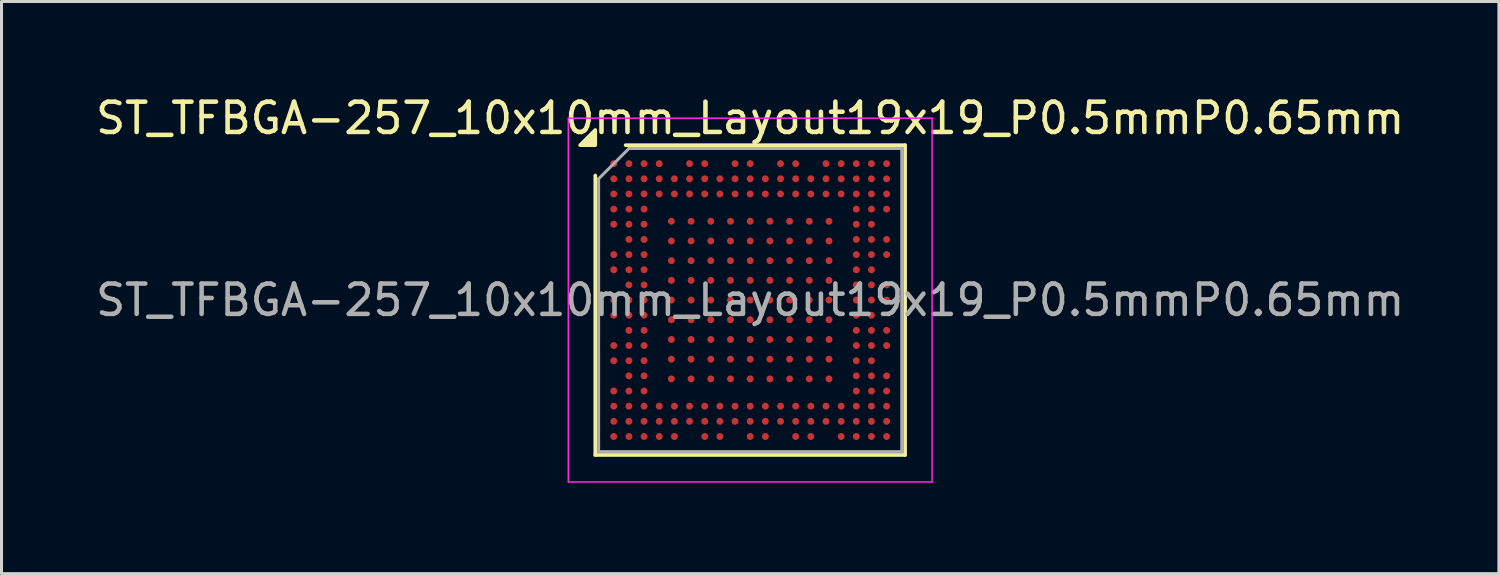
<source format=kicad_pcb>
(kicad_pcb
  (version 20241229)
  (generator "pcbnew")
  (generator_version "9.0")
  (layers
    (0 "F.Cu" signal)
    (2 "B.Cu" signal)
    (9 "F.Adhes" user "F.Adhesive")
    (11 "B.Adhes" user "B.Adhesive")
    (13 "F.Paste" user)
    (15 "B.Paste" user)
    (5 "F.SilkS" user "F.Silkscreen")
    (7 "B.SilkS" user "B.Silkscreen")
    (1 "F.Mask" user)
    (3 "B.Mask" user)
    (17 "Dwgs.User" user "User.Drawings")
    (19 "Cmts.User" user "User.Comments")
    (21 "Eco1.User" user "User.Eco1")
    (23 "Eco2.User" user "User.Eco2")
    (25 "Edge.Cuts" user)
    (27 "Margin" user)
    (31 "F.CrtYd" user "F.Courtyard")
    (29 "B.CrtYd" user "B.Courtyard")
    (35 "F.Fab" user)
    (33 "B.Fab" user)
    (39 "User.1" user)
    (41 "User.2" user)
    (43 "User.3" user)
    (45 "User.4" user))
  (footprint "ST_TFBGA-257_10x10mm_Layout19x19_P0.5mmP0.65mm"
    (layer "F.Cu")
    (at 21.696 6.848)
    (property "Reference" "ST_TFBGA-257_10x10mm_Layout19x19_P0.5mmP0.65mm" (at 0 -6 0) (layer "F.SilkS") (effects (font (size 1 1) (thickness 0.15))))
    (attr smd)
    (fp_line (start -5.11 5.11) (end -5.11 -4.11) (stroke (width 0.12) (type solid)) (layer "F.SilkS"))
    (fp_line (start -4.11 -5.11) (end 5.11 -5.11) (stroke (width 0.12) (type solid)) (layer "F.SilkS"))
    (fp_line (start 5.11 -5.11) (end 5.11 5.11) (stroke (width 0.12) (type solid)) (layer "F.SilkS"))
    (fp_line (start 5.11 5.11) (end -5.11 5.11) (stroke (width 0.12) (type solid)) (layer "F.SilkS"))
    (fp_poly (pts (xy -5.11 -5.11) (xy -5.61 -5.11) (xy -5.11 -5.61) (xy -5.11 -5.11)) (stroke (width 0.12) (type solid)) (fill yes) (layer "F.SilkS"))
    (fp_line (start -6 -6) (end -6 6) (stroke (width 0.05) (type solid)) (layer "F.CrtYd"))
    (fp_line (start -6 6) (end 6 6) (stroke (width 0.05) (type solid)) (layer "F.CrtYd"))
    (fp_line (start 6 -6) (end -6 -6) (stroke (width 0.05) (type solid)) (layer "F.CrtYd"))
    (fp_line (start 6 6) (end 6 -6) (stroke (width 0.05) (type solid)) (layer "F.CrtYd"))
    (fp_line (start -5 -4) (end -4 -5) (stroke (width 0.1) (type solid)) (layer "F.Fab"))
    (fp_line (start -5 5) (end -5 -4) (stroke (width 0.1) (type solid)) (layer "F.Fab"))
    (fp_line (start -4 -5) (end 5 -5) (stroke (width 0.1) (type solid)) (layer "F.Fab"))
    (fp_line (start 5 -5) (end 5 5) (stroke (width 0.1) (type solid)) (layer "F.Fab"))
    (fp_line (start 5 5) (end -5 5) (stroke (width 0.1) (type solid)) (layer "F.Fab"))
    (fp_text user "${REFERENCE}" (at 0 0 0) (layer "F.Fab") (effects (font (size 1 1) (thickness 0.15))))
    (pad "1A1" smd circle (at -2.6 -2.6) (size 0.23 0.23) (property pad_prop_bga) (layers "F.Cu" "F.Mask" "F.Paste"))
    (pad "1A2" smd circle (at -1.95 -2.6) (size 0.23 0.23) (property pad_prop_bga) (layers "F.Cu" "F.Mask" "F.Paste"))
    (pad "1A3" smd circle (at -1.3 -2.6) (size 0.23 0.23) (property pad_prop_bga) (layers "F.Cu" "F.Mask" "F.Paste"))
    (pad "1A4" smd circle (at -0.65 -2.6) (size 0.23 0.23) (property pad_prop_bga) (layers "F.Cu" "F.Mask" "F.Paste"))
    (pad "1A5" smd circle (at 0 -2.6) (size 0.23 0.23) (property pad_prop_bga) (layers "F.Cu" "F.Mask" "F.Paste"))
    (pad "1A6" smd circle (at 0.65 -2.6) (size 0.23 0.23) (property pad_prop_bga) (layers "F.Cu" "F.Mask" "F.Paste"))
    (pad "1A7" smd circle (at 1.3 -2.6) (size 0.23 0.23) (property pad_prop_bga) (layers "F.Cu" "F.Mask" "F.Paste"))
    (pad "1A8" smd circle (at 1.95 -2.6) (size 0.23 0.23) (property pad_prop_bga) (layers "F.Cu" "F.Mask" "F.Paste"))
    (pad "1A9" smd circle (at 2.6 -2.6) (size 0.23 0.23) (property pad_prop_bga) (layers "F.Cu" "F.Mask" "F.Paste"))
    (pad "1B1" smd circle (at -2.6 -1.95) (size 0.23 0.23) (property pad_prop_bga) (layers "F.Cu" "F.Mask" "F.Paste"))
    (pad "1B2" smd circle (at -1.95 -1.95) (size 0.23 0.23) (property pad_prop_bga) (layers "F.Cu" "F.Mask" "F.Paste"))
    (pad "1B3" smd circle (at -1.3 -1.95) (size 0.23 0.23) (property pad_prop_bga) (layers "F.Cu" "F.Mask" "F.Paste"))
    (pad "1B4" smd circle (at -0.65 -1.95) (size 0.23 0.23) (property pad_prop_bga) (layers "F.Cu" "F.Mask" "F.Paste"))
    (pad "1B5" smd circle (at 0 -1.95) (size 0.23 0.23) (property pad_prop_bga) (layers "F.Cu" "F.Mask" "F.Paste"))
    (pad "1B6" smd circle (at 0.65 -1.95) (size 0.23 0.23) (property pad_prop_bga) (layers "F.Cu" "F.Mask" "F.Paste"))
    (pad "1B7" smd circle (at 1.3 -1.95) (size 0.23 0.23) (property pad_prop_bga) (layers "F.Cu" "F.Mask" "F.Paste"))
    (pad "1B8" smd circle (at 1.95 -1.95) (size 0.23 0.23) (property pad_prop_bga) (layers "F.Cu" "F.Mask" "F.Paste"))
    (pad "1B9" smd circle (at 2.6 -1.95) (size 0.23 0.23) (property pad_prop_bga) (layers "F.Cu" "F.Mask" "F.Paste"))
    (pad "1C1" smd circle (at -2.6 -1.3) (size 0.23 0.23) (property pad_prop_bga) (layers "F.Cu" "F.Mask" "F.Paste"))
    (pad "1C2" smd circle (at -1.95 -1.3) (size 0.23 0.23) (property pad_prop_bga) (layers "F.Cu" "F.Mask" "F.Paste"))
    (pad "1C3" smd circle (at -1.3 -1.3) (size 0.23 0.23) (property pad_prop_bga) (layers "F.Cu" "F.Mask" "F.Paste"))
    (pad "1C4" smd circle (at -0.65 -1.3) (size 0.23 0.23) (property pad_prop_bga) (layers "F.Cu" "F.Mask" "F.Paste"))
    (pad "1C5" smd circle (at 0 -1.3) (size 0.23 0.23) (property pad_prop_bga) (layers "F.Cu" "F.Mask" "F.Paste"))
    (pad "1C6" smd circle (at 0.65 -1.3) (size 0.23 0.23) (property pad_prop_bga) (layers "F.Cu" "F.Mask" "F.Paste"))
    (pad "1C7" smd circle (at 1.3 -1.3) (size 0.23 0.23) (property pad_prop_bga) (layers "F.Cu" "F.Mask" "F.Paste"))
    (pad "1C8" smd circle (at 1.95 -1.3) (size 0.23 0.23) (property pad_prop_bga) (layers "F.Cu" "F.Mask" "F.Paste"))
    (pad "1C9" smd circle (at 2.6 -1.3) (size 0.23 0.23) (property pad_prop_bga) (layers "F.Cu" "F.Mask" "F.Paste"))
    (pad "1D1" smd circle (at -2.6 -0.65) (size 0.23 0.23) (property pad_prop_bga) (layers "F.Cu" "F.Mask" "F.Paste"))
    (pad "1D2" smd circle (at -1.95 -0.65) (size 0.23 0.23) (property pad_prop_bga) (layers "F.Cu" "F.Mask" "F.Paste"))
    (pad "1D3" smd circle (at -1.3 -0.65) (size 0.23 0.23) (property pad_prop_bga) (layers "F.Cu" "F.Mask" "F.Paste"))
    (pad "1D4" smd circle (at -0.65 -0.65) (size 0.23 0.23) (property pad_prop_bga) (layers "F.Cu" "F.Mask" "F.Paste"))
    (pad "1D5" smd circle (at 0 -0.65) (size 0.23 0.23) (property pad_prop_bga) (layers "F.Cu" "F.Mask" "F.Paste"))
    (pad "1D6" smd circle (at 0.65 -0.65) (size 0.23 0.23) (property pad_prop_bga) (layers "F.Cu" "F.Mask" "F.Paste"))
    (pad "1D7" smd circle (at 1.3 -0.65) (size 0.23 0.23) (property pad_prop_bga) (layers "F.Cu" "F.Mask" "F.Paste"))
    (pad "1D8" smd circle (at 1.95 -0.65) (size 0.23 0.23) (property pad_prop_bga) (layers "F.Cu" "F.Mask" "F.Paste"))
    (pad "1D9" smd circle (at 2.6 -0.65) (size 0.23 0.23) (property pad_prop_bga) (layers "F.Cu" "F.Mask" "F.Paste"))
    (pad "1E1" smd circle (at -2.6 0) (size 0.23 0.23) (property pad_prop_bga) (layers "F.Cu" "F.Mask" "F.Paste"))
    (pad "1E2" smd circle (at -1.95 0) (size 0.23 0.23) (property pad_prop_bga) (layers "F.Cu" "F.Mask" "F.Paste"))
    (pad "1E3" smd circle (at -1.3 0) (size 0.23 0.23) (property pad_prop_bga) (layers "F.Cu" "F.Mask" "F.Paste"))
    (pad "1E4" smd circle (at -0.65 0) (size 0.23 0.23) (property pad_prop_bga) (layers "F.Cu" "F.Mask" "F.Paste"))
    (pad "1E5" smd circle (at 0 0) (size 0.23 0.23) (property pad_prop_bga) (layers "F.Cu" "F.Mask" "F.Paste"))
    (pad "1E6" smd circle (at 0.65 0) (size 0.23 0.23) (property pad_prop_bga) (layers "F.Cu" "F.Mask" "F.Paste"))
    (pad "1E7" smd circle (at 1.3 0) (size 0.23 0.23) (property pad_prop_bga) (layers "F.Cu" "F.Mask" "F.Paste"))
    (pad "1E8" smd circle (at 1.95 0) (size 0.23 0.23) (property pad_prop_bga) (layers "F.Cu" "F.Mask" "F.Paste"))
    (pad "1E9" smd circle (at 2.6 0) (size 0.23 0.23) (property pad_prop_bga) (layers "F.Cu" "F.Mask" "F.Paste"))
    (pad "1F1" smd circle (at -2.6 0.65) (size 0.23 0.23) (property pad_prop_bga) (layers "F.Cu" "F.Mask" "F.Paste"))
    (pad "1F2" smd circle (at -1.95 0.65) (size 0.23 0.23) (property pad_prop_bga) (layers "F.Cu" "F.Mask" "F.Paste"))
    (pad "1F3" smd circle (at -1.3 0.65) (size 0.23 0.23) (property pad_prop_bga) (layers "F.Cu" "F.Mask" "F.Paste"))
    (pad "1F4" smd circle (at -0.65 0.65) (size 0.23 0.23) (property pad_prop_bga) (layers "F.Cu" "F.Mask" "F.Paste"))
    (pad "1F5" smd circle (at 0 0.65) (size 0.23 0.23) (property pad_prop_bga) (layers "F.Cu" "F.Mask" "F.Paste"))
    (pad "1F6" smd circle (at 0.65 0.65) (size 0.23 0.23) (property pad_prop_bga) (layers "F.Cu" "F.Mask" "F.Paste"))
    (pad "1F7" smd circle (at 1.3 0.65) (size 0.23 0.23) (property pad_prop_bga) (layers "F.Cu" "F.Mask" "F.Paste"))
    (pad "1F8" smd circle (at 1.95 0.65) (size 0.23 0.23) (property pad_prop_bga) (layers "F.Cu" "F.Mask" "F.Paste"))
    (pad "1F9" smd circle (at 2.6 0.65) (size 0.23 0.23) (property pad_prop_bga) (layers "F.Cu" "F.Mask" "F.Paste"))
    (pad "1G1" smd circle (at -2.6 1.3) (size 0.23 0.23) (property pad_prop_bga) (layers "F.Cu" "F.Mask" "F.Paste"))
    (pad "1G2" smd circle (at -1.95 1.3) (size 0.23 0.23) (property pad_prop_bga) (layers "F.Cu" "F.Mask" "F.Paste"))
    (pad "1G3" smd circle (at -1.3 1.3) (size 0.23 0.23) (property pad_prop_bga) (layers "F.Cu" "F.Mask" "F.Paste"))
    (pad "1G4" smd circle (at -0.65 1.3) (size 0.23 0.23) (property pad_prop_bga) (layers "F.Cu" "F.Mask" "F.Paste"))
    (pad "1G5" smd circle (at 0 1.3) (size 0.23 0.23) (property pad_prop_bga) (layers "F.Cu" "F.Mask" "F.Paste"))
    (pad "1G6" smd circle (at 0.65 1.3) (size 0.23 0.23) (property pad_prop_bga) (layers "F.Cu" "F.Mask" "F.Paste"))
    (pad "1G7" smd circle (at 1.3 1.3) (size 0.23 0.23) (property pad_prop_bga) (layers "F.Cu" "F.Mask" "F.Paste"))
    (pad "1G8" smd circle (at 1.95 1.3) (size 0.23 0.23) (property pad_prop_bga) (layers "F.Cu" "F.Mask" "F.Paste"))
    (pad "1G9" smd circle (at 2.6 1.3) (size 0.23 0.23) (property pad_prop_bga) (layers "F.Cu" "F.Mask" "F.Paste"))
    (pad "1H1" smd circle (at -2.6 1.95) (size 0.23 0.23) (property pad_prop_bga) (layers "F.Cu" "F.Mask" "F.Paste"))
    (pad "1H2" smd circle (at -1.95 1.95) (size 0.23 0.23) (property pad_prop_bga) (layers "F.Cu" "F.Mask" "F.Paste"))
    (pad "1H3" smd circle (at -1.3 1.95) (size 0.23 0.23) (property pad_prop_bga) (layers "F.Cu" "F.Mask" "F.Paste"))
    (pad "1H4" smd circle (at -0.65 1.95) (size 0.23 0.23) (property pad_prop_bga) (layers "F.Cu" "F.Mask" "F.Paste"))
    (pad "1H5" smd circle (at 0 1.95) (size 0.23 0.23) (property pad_prop_bga) (layers "F.Cu" "F.Mask" "F.Paste"))
    (pad "1H6" smd circle (at 0.65 1.95) (size 0.23 0.23) (property pad_prop_bga) (layers "F.Cu" "F.Mask" "F.Paste"))
    (pad "1H7" smd circle (at 1.3 1.95) (size 0.23 0.23) (property pad_prop_bga) (layers "F.Cu" "F.Mask" "F.Paste"))
    (pad "1H8" smd circle (at 1.95 1.95) (size 0.23 0.23) (property pad_prop_bga) (layers "F.Cu" "F.Mask" "F.Paste"))
    (pad "1H9" smd circle (at 2.6 1.95) (size 0.23 0.23) (property pad_prop_bga) (layers "F.Cu" "F.Mask" "F.Paste"))
    (pad "1J1" smd circle (at -2.6 2.6) (size 0.23 0.23) (property pad_prop_bga) (layers "F.Cu" "F.Mask" "F.Paste"))
    (pad "1J2" smd circle (at -1.95 2.6) (size 0.23 0.23) (property pad_prop_bga) (layers "F.Cu" "F.Mask" "F.Paste"))
    (pad "1J3" smd circle (at -1.3 2.6) (size 0.23 0.23) (property pad_prop_bga) (layers "F.Cu" "F.Mask" "F.Paste"))
    (pad "1J4" smd circle (at -0.65 2.6) (size 0.23 0.23) (property pad_prop_bga) (layers "F.Cu" "F.Mask" "F.Paste"))
    (pad "1J5" smd circle (at 0 2.6) (size 0.23 0.23) (property pad_prop_bga) (layers "F.Cu" "F.Mask" "F.Paste"))
    (pad "1J6" smd circle (at 0.65 2.6) (size 0.23 0.23) (property pad_prop_bga) (layers "F.Cu" "F.Mask" "F.Paste"))
    (pad "1J7" smd circle (at 1.3 2.6) (size 0.23 0.23) (property pad_prop_bga) (layers "F.Cu" "F.Mask" "F.Paste"))
    (pad "1J8" smd circle (at 1.95 2.6) (size 0.23 0.23) (property pad_prop_bga) (layers "F.Cu" "F.Mask" "F.Paste"))
    (pad "1J9" smd circle (at 2.6 2.6) (size 0.23 0.23) (property pad_prop_bga) (layers "F.Cu" "F.Mask" "F.Paste"))
    (pad "A1" smd circle (at -4.5 -4.5) (size 0.23 0.23) (property pad_prop_bga) (layers "F.Cu" "F.Mask" "F.Paste"))
    (pad "A2" smd circle (at -4 -4.5) (size 0.23 0.23) (property pad_prop_bga) (layers "F.Cu" "F.Mask" "F.Paste"))
    (pad "A3" smd circle (at -3.5 -4.5) (size 0.23 0.23) (property pad_prop_bga) (layers "F.Cu" "F.Mask" "F.Paste"))
    (pad "A4" smd circle (at -3 -4.5) (size 0.23 0.23) (property pad_prop_bga) (layers "F.Cu" "F.Mask" "F.Paste"))
    (pad "A6" smd circle (at -2 -4.5) (size 0.23 0.23) (property pad_prop_bga) (layers "F.Cu" "F.Mask" "F.Paste"))
    (pad "A7" smd circle (at -1.5 -4.5) (size 0.23 0.23) (property pad_prop_bga) (layers "F.Cu" "F.Mask" "F.Paste"))
    (pad "A9" smd circle (at -0.5 -4.5) (size 0.23 0.23) (property pad_prop_bga) (layers "F.Cu" "F.Mask" "F.Paste"))
    (pad "A10" smd circle (at 0 -4.5) (size 0.23 0.23) (property pad_prop_bga) (layers "F.Cu" "F.Mask" "F.Paste"))
    (pad "A12" smd circle (at 1 -4.5) (size 0.23 0.23) (property pad_prop_bga) (layers "F.Cu" "F.Mask" "F.Paste"))
    (pad "A13" smd circle (at 1.5 -4.5) (size 0.23 0.23) (property pad_prop_bga) (layers "F.Cu" "F.Mask" "F.Paste"))
    (pad "A15" smd circle (at 2.5 -4.5) (size 0.23 0.23) (property pad_prop_bga) (layers "F.Cu" "F.Mask" "F.Paste"))
    (pad "A16" smd circle (at 3 -4.5) (size 0.23 0.23) (property pad_prop_bga) (layers "F.Cu" "F.Mask" "F.Paste"))
    (pad "A17" smd circle (at 3.5 -4.5) (size 0.23 0.23) (property pad_prop_bga) (layers "F.Cu" "F.Mask" "F.Paste"))
    (pad "A18" smd circle (at 4 -4.5) (size 0.23 0.23) (property pad_prop_bga) (layers "F.Cu" "F.Mask" "F.Paste"))
    (pad "A19" smd circle (at 4.5 -4.5) (size 0.23 0.23) (property pad_prop_bga) (layers "F.Cu" "F.Mask" "F.Paste"))
    (pad "B1" smd circle (at -4.5 -4) (size 0.23 0.23) (property pad_prop_bga) (layers "F.Cu" "F.Mask" "F.Paste"))
    (pad "B2" smd circle (at -4 -4) (size 0.23 0.23) (property pad_prop_bga) (layers "F.Cu" "F.Mask" "F.Paste"))
    (pad "B3" smd circle (at -3.5 -4) (size 0.23 0.23) (property pad_prop_bga) (layers "F.Cu" "F.Mask" "F.Paste"))
    (pad "B4" smd circle (at -3 -4) (size 0.23 0.23) (property pad_prop_bga) (layers "F.Cu" "F.Mask" "F.Paste"))
    (pad "B5" smd circle (at -2.5 -4) (size 0.23 0.23) (property pad_prop_bga) (layers "F.Cu" "F.Mask" "F.Paste"))
    (pad "B6" smd circle (at -2 -4) (size 0.23 0.23) (property pad_prop_bga) (layers "F.Cu" "F.Mask" "F.Paste"))
    (pad "B7" smd circle (at -1.5 -4) (size 0.23 0.23) (property pad_prop_bga) (layers "F.Cu" "F.Mask" "F.Paste"))
    (pad "B8" smd circle (at -1 -4) (size 0.23 0.23) (property pad_prop_bga) (layers "F.Cu" "F.Mask" "F.Paste"))
    (pad "B9" smd circle (at -0.5 -4) (size 0.23 0.23) (property pad_prop_bga) (layers "F.Cu" "F.Mask" "F.Paste"))
    (pad "B10" smd circle (at 0 -4) (size 0.23 0.23) (property pad_prop_bga) (layers "F.Cu" "F.Mask" "F.Paste"))
    (pad "B11" smd circle (at 0.5 -4) (size 0.23 0.23) (property pad_prop_bga) (layers "F.Cu" "F.Mask" "F.Paste"))
    (pad "B12" smd circle (at 1 -4) (size 0.23 0.23) (property pad_prop_bga) (layers "F.Cu" "F.Mask" "F.Paste"))
    (pad "B13" smd circle (at 1.5 -4) (size 0.23 0.23) (property pad_prop_bga) (layers "F.Cu" "F.Mask" "F.Paste"))
    (pad "B14" smd circle (at 2 -4) (size 0.23 0.23) (property pad_prop_bga) (layers "F.Cu" "F.Mask" "F.Paste"))
    (pad "B15" smd circle (at 2.5 -4) (size 0.23 0.23) (property pad_prop_bga) (layers "F.Cu" "F.Mask" "F.Paste"))
    (pad "B16" smd circle (at 3 -4) (size 0.23 0.23) (property pad_prop_bga) (layers "F.Cu" "F.Mask" "F.Paste"))
    (pad "B17" smd circle (at 3.5 -4) (size 0.23 0.23) (property pad_prop_bga) (layers "F.Cu" "F.Mask" "F.Paste"))
    (pad "B18" smd circle (at 4 -4) (size 0.23 0.23) (property pad_prop_bga) (layers "F.Cu" "F.Mask" "F.Paste"))
    (pad "B19" smd circle (at 4.5 -4) (size 0.23 0.23) (property pad_prop_bga) (layers "F.Cu" "F.Mask" "F.Paste"))
    (pad "C1" smd circle (at -4.5 -3.5) (size 0.23 0.23) (property pad_prop_bga) (layers "F.Cu" "F.Mask" "F.Paste"))
    (pad "C2" smd circle (at -4 -3.5) (size 0.23 0.23) (property pad_prop_bga) (layers "F.Cu" "F.Mask" "F.Paste"))
    (pad "C3" smd circle (at -3.5 -3.5) (size 0.23 0.23) (property pad_prop_bga) (layers "F.Cu" "F.Mask" "F.Paste"))
    (pad "C4" smd circle (at -3 -3.5) (size 0.23 0.23) (property pad_prop_bga) (layers "F.Cu" "F.Mask" "F.Paste"))
    (pad "C5" smd circle (at -2.5 -3.5) (size 0.23 0.23) (property pad_prop_bga) (layers "F.Cu" "F.Mask" "F.Paste"))
    (pad "C6" smd circle (at -2 -3.5) (size 0.23 0.23) (property pad_prop_bga) (layers "F.Cu" "F.Mask" "F.Paste"))
    (pad "C7" smd circle (at -1.5 -3.5) (size 0.23 0.23) (property pad_prop_bga) (layers "F.Cu" "F.Mask" "F.Paste"))
    (pad "C8" smd circle (at -1 -3.5) (size 0.23 0.23) (property pad_prop_bga) (layers "F.Cu" "F.Mask" "F.Paste"))
    (pad "C9" smd circle (at -0.5 -3.5) (size 0.23 0.23) (property pad_prop_bga) (layers "F.Cu" "F.Mask" "F.Paste"))
    (pad "C10" smd circle (at 0 -3.5) (size 0.23 0.23) (property pad_prop_bga) (layers "F.Cu" "F.Mask" "F.Paste"))
    (pad "C11" smd circle (at 0.5 -3.5) (size 0.23 0.23) (property pad_prop_bga) (layers "F.Cu" "F.Mask" "F.Paste"))
    (pad "C12" smd circle (at 1 -3.5) (size 0.23 0.23) (property pad_prop_bga) (layers "F.Cu" "F.Mask" "F.Paste"))
    (pad "C13" smd circle (at 1.5 -3.5) (size 0.23 0.23) (property pad_prop_bga) (layers "F.Cu" "F.Mask" "F.Paste"))
    (pad "C14" smd circle (at 2 -3.5) (size 0.23 0.23) (property pad_prop_bga) (layers "F.Cu" "F.Mask" "F.Paste"))
    (pad "C15" smd circle (at 2.5 -3.5) (size 0.23 0.23) (property pad_prop_bga) (layers "F.Cu" "F.Mask" "F.Paste"))
    (pad "C16" smd circle (at 3 -3.5) (size 0.23 0.23) (property pad_prop_bga) (layers "F.Cu" "F.Mask" "F.Paste"))
    (pad "C17" smd circle (at 3.5 -3.5) (size 0.23 0.23) (property pad_prop_bga) (layers "F.Cu" "F.Mask" "F.Paste"))
    (pad "C18" smd circle (at 4 -3.5) (size 0.23 0.23) (property pad_prop_bga) (layers "F.Cu" "F.Mask" "F.Paste"))
    (pad "C19" smd circle (at 4.5 -3.5) (size 0.23 0.23) (property pad_prop_bga) (layers "F.Cu" "F.Mask" "F.Paste"))
    (pad "D1" smd circle (at -4.5 -3) (size 0.23 0.23) (property pad_prop_bga) (layers "F.Cu" "F.Mask" "F.Paste"))
    (pad "D2" smd circle (at -4 -3) (size 0.23 0.23) (property pad_prop_bga) (layers "F.Cu" "F.Mask" "F.Paste"))
    (pad "D3" smd circle (at -3.5 -3) (size 0.23 0.23) (property pad_prop_bga) (layers "F.Cu" "F.Mask" "F.Paste"))
    (pad "D17" smd circle (at 3.5 -3) (size 0.23 0.23) (property pad_prop_bga) (layers "F.Cu" "F.Mask" "F.Paste"))
    (pad "D18" smd circle (at 4 -3) (size 0.23 0.23) (property pad_prop_bga) (layers "F.Cu" "F.Mask" "F.Paste"))
    (pad "D19" smd circle (at 4.5 -3) (size 0.23 0.23) (property pad_prop_bga) (layers "F.Cu" "F.Mask" "F.Paste"))
    (pad "E1" smd circle (at -4.5 -2.5) (size 0.23 0.23) (property pad_prop_bga) (layers "F.Cu" "F.Mask" "F.Paste"))
    (pad "E2" smd circle (at -4 -2.5) (size 0.23 0.23) (property pad_prop_bga) (layers "F.Cu" "F.Mask" "F.Paste"))
    (pad "E3" smd circle (at -3.5 -2.5) (size 0.23 0.23) (property pad_prop_bga) (layers "F.Cu" "F.Mask" "F.Paste"))
    (pad "E17" smd circle (at 3.5 -2.5) (size 0.23 0.23) (property pad_prop_bga) (layers "F.Cu" "F.Mask" "F.Paste"))
    (pad "E18" smd circle (at 4 -2.5) (size 0.23 0.23) (property pad_prop_bga) (layers "F.Cu" "F.Mask" "F.Paste"))
    (pad "F2" smd circle (at -4 -2) (size 0.23 0.23) (property pad_prop_bga) (layers "F.Cu" "F.Mask" "F.Paste"))
    (pad "F3" smd circle (at -3.5 -2) (size 0.23 0.23) (property pad_prop_bga) (layers "F.Cu" "F.Mask" "F.Paste"))
    (pad "F17" smd circle (at 3.5 -2) (size 0.23 0.23) (property pad_prop_bga) (layers "F.Cu" "F.Mask" "F.Paste"))
    (pad "F18" smd circle (at 4 -2) (size 0.23 0.23) (property pad_prop_bga) (layers "F.Cu" "F.Mask" "F.Paste"))
    (pad "F19" smd circle (at 4.5 -2) (size 0.23 0.23) (property pad_prop_bga) (layers "F.Cu" "F.Mask" "F.Paste"))
    (pad "G1" smd circle (at -4.5 -1.5) (size 0.23 0.23) (property pad_prop_bga) (layers "F.Cu" "F.Mask" "F.Paste"))
    (pad "G2" smd circle (at -4 -1.5) (size 0.23 0.23) (property pad_prop_bga) (layers "F.Cu" "F.Mask" "F.Paste"))
    (pad "G3" smd circle (at -3.5 -1.5) (size 0.23 0.23) (property pad_prop_bga) (layers "F.Cu" "F.Mask" "F.Paste"))
    (pad "G17" smd circle (at 3.5 -1.5) (size 0.23 0.23) (property pad_prop_bga) (layers "F.Cu" "F.Mask" "F.Paste"))
    (pad "G18" smd circle (at 4 -1.5) (size 0.23 0.23) (property pad_prop_bga) (layers "F.Cu" "F.Mask" "F.Paste"))
    (pad "G19" smd circle (at 4.5 -1.5) (size 0.23 0.23) (property pad_prop_bga) (layers "F.Cu" "F.Mask" "F.Paste"))
    (pad "H1" smd circle (at -4.5 -1) (size 0.23 0.23) (property pad_prop_bga) (layers "F.Cu" "F.Mask" "F.Paste"))
    (pad "H2" smd circle (at -4 -1) (size 0.23 0.23) (property pad_prop_bga) (layers "F.Cu" "F.Mask" "F.Paste"))
    (pad "H3" smd circle (at -3.5 -1) (size 0.23 0.23) (property pad_prop_bga) (layers "F.Cu" "F.Mask" "F.Paste"))
    (pad "H17" smd circle (at 3.5 -1) (size 0.23 0.23) (property pad_prop_bga) (layers "F.Cu" "F.Mask" "F.Paste"))
    (pad "H18" smd circle (at 4 -1) (size 0.23 0.23) (property pad_prop_bga) (layers "F.Cu" "F.Mask" "F.Paste"))
    (pad "J2" smd circle (at -4 -0.5) (size 0.23 0.23) (property pad_prop_bga) (layers "F.Cu" "F.Mask" "F.Paste"))
    (pad "J3" smd circle (at -3.5 -0.5) (size 0.23 0.23) (property pad_prop_bga) (layers "F.Cu" "F.Mask" "F.Paste"))
    (pad "J17" smd circle (at 3.5 -0.5) (size 0.23 0.23) (property pad_prop_bga) (layers "F.Cu" "F.Mask" "F.Paste"))
    (pad "J18" smd circle (at 4 -0.5) (size 0.23 0.23) (property pad_prop_bga) (layers "F.Cu" "F.Mask" "F.Paste"))
    (pad "J19" smd circle (at 4.5 -0.5) (size 0.23 0.23) (property pad_prop_bga) (layers "F.Cu" "F.Mask" "F.Paste"))
    (pad "K1" smd circle (at -4.5 0) (size 0.23 0.23) (property pad_prop_bga) (layers "F.Cu" "F.Mask" "F.Paste"))
    (pad "K2" smd circle (at -4 0) (size 0.23 0.23) (property pad_prop_bga) (layers "F.Cu" "F.Mask" "F.Paste"))
    (pad "K3" smd circle (at -3.5 0) (size 0.23 0.23) (property pad_prop_bga) (layers "F.Cu" "F.Mask" "F.Paste"))
    (pad "K17" smd circle (at 3.5 0) (size 0.23 0.23) (property pad_prop_bga) (layers "F.Cu" "F.Mask" "F.Paste"))
    (pad "K18" smd circle (at 4 0) (size 0.23 0.23) (property pad_prop_bga) (layers "F.Cu" "F.Mask" "F.Paste"))
    (pad "K19" smd circle (at 4.5 0) (size 0.23 0.23) (property pad_prop_bga) (layers "F.Cu" "F.Mask" "F.Paste"))
    (pad "L1" smd circle (at -4.5 0.5) (size 0.23 0.23) (property pad_prop_bga) (layers "F.Cu" "F.Mask" "F.Paste"))
    (pad "L2" smd circle (at -4 0.5) (size 0.23 0.23) (property pad_prop_bga) (layers "F.Cu" "F.Mask" "F.Paste"))
    (pad "L3" smd circle (at -3.5 0.5) (size 0.23 0.23) (property pad_prop_bga) (layers "F.Cu" "F.Mask" "F.Paste"))
    (pad "L17" smd circle (at 3.5 0.5) (size 0.23 0.23) (property pad_prop_bga) (layers "F.Cu" "F.Mask" "F.Paste"))
    (pad "L18" smd circle (at 4 0.5) (size 0.23 0.23) (property pad_prop_bga) (layers "F.Cu" "F.Mask" "F.Paste"))
    (pad "M2" smd circle (at -4 1) (size 0.23 0.23) (property pad_prop_bga) (layers "F.Cu" "F.Mask" "F.Paste"))
    (pad "M3" smd circle (at -3.5 1) (size 0.23 0.23) (property pad_prop_bga) (layers "F.Cu" "F.Mask" "F.Paste"))
    (pad "M17" smd circle (at 3.5 1) (size 0.23 0.23) (property pad_prop_bga) (layers "F.Cu" "F.Mask" "F.Paste"))
    (pad "M18" smd circle (at 4 1) (size 0.23 0.23) (property pad_prop_bga) (layers "F.Cu" "F.Mask" "F.Paste"))
    (pad "M19" smd circle (at 4.5 1) (size 0.23 0.23) (property pad_prop_bga) (layers "F.Cu" "F.Mask" "F.Paste"))
    (pad "N1" smd circle (at -4.5 1.5) (size 0.23 0.23) (property pad_prop_bga) (layers "F.Cu" "F.Mask" "F.Paste"))
    (pad "N2" smd circle (at -4 1.5) (size 0.23 0.23) (property pad_prop_bga) (layers "F.Cu" "F.Mask" "F.Paste"))
    (pad "N3" smd circle (at -3.5 1.5) (size 0.23 0.23) (property pad_prop_bga) (layers "F.Cu" "F.Mask" "F.Paste"))
    (pad "N17" smd circle (at 3.5 1.5) (size 0.23 0.23) (property pad_prop_bga) (layers "F.Cu" "F.Mask" "F.Paste"))
    (pad "N18" smd circle (at 4 1.5) (size 0.23 0.23) (property pad_prop_bga) (layers "F.Cu" "F.Mask" "F.Paste"))
    (pad "N19" smd circle (at 4.5 1.5) (size 0.23 0.23) (property pad_prop_bga) (layers "F.Cu" "F.Mask" "F.Paste"))
    (pad "P1" smd circle (at -4.5 2) (size 0.23 0.23) (property pad_prop_bga) (layers "F.Cu" "F.Mask" "F.Paste"))
    (pad "P2" smd circle (at -4 2) (size 0.23 0.23) (property pad_prop_bga) (layers "F.Cu" "F.Mask" "F.Paste"))
    (pad "P3" smd circle (at -3.5 2) (size 0.23 0.23) (property pad_prop_bga) (layers "F.Cu" "F.Mask" "F.Paste"))
    (pad "P17" smd circle (at 3.5 2) (size 0.23 0.23) (property pad_prop_bga) (layers "F.Cu" "F.Mask" "F.Paste"))
    (pad "P18" smd circle (at 4 2) (size 0.23 0.23) (property pad_prop_bga) (layers "F.Cu" "F.Mask" "F.Paste"))
    (pad "R2" smd circle (at -4 2.5) (size 0.23 0.23) (property pad_prop_bga) (layers "F.Cu" "F.Mask" "F.Paste"))
    (pad "R3" smd circle (at -3.5 2.5) (size 0.23 0.23) (property pad_prop_bga) (layers "F.Cu" "F.Mask" "F.Paste"))
    (pad "R17" smd circle (at 3.5 2.5) (size 0.23 0.23) (property pad_prop_bga) (layers "F.Cu" "F.Mask" "F.Paste"))
    (pad "R18" smd circle (at 4 2.5) (size 0.23 0.23) (property pad_prop_bga) (layers "F.Cu" "F.Mask" "F.Paste"))
    (pad "R19" smd circle (at 4.5 2.5) (size 0.23 0.23) (property pad_prop_bga) (layers "F.Cu" "F.Mask" "F.Paste"))
    (pad "T1" smd circle (at -4.5 3) (size 0.23 0.23) (property pad_prop_bga) (layers "F.Cu" "F.Mask" "F.Paste"))
    (pad "T2" smd circle (at -4 3) (size 0.23 0.23) (property pad_prop_bga) (layers "F.Cu" "F.Mask" "F.Paste"))
    (pad "T3" smd circle (at -3.5 3) (size 0.23 0.23) (property pad_prop_bga) (layers "F.Cu" "F.Mask" "F.Paste"))
    (pad "T17" smd circle (at 3.5 3) (size 0.23 0.23) (property pad_prop_bga) (layers "F.Cu" "F.Mask" "F.Paste"))
    (pad "T18" smd circle (at 4 3) (size 0.23 0.23) (property pad_prop_bga) (layers "F.Cu" "F.Mask" "F.Paste"))
    (pad "T19" smd circle (at 4.5 3) (size 0.23 0.23) (property pad_prop_bga) (layers "F.Cu" "F.Mask" "F.Paste"))
    (pad "U1" smd circle (at -4.5 3.5) (size 0.23 0.23) (property pad_prop_bga) (layers "F.Cu" "F.Mask" "F.Paste"))
    (pad "U2" smd circle (at -4 3.5) (size 0.23 0.23) (property pad_prop_bga) (layers "F.Cu" "F.Mask" "F.Paste"))
    (pad "U3" smd circle (at -3.5 3.5) (size 0.23 0.23) (property pad_prop_bga) (layers "F.Cu" "F.Mask" "F.Paste"))
    (pad "U4" smd circle (at -3 3.5) (size 0.23 0.23) (property pad_prop_bga) (layers "F.Cu" "F.Mask" "F.Paste"))
    (pad "U5" smd circle (at -2.5 3.5) (size 0.23 0.23) (property pad_prop_bga) (layers "F.Cu" "F.Mask" "F.Paste"))
    (pad "U6" smd circle (at -2 3.5) (size 0.23 0.23) (property pad_prop_bga) (layers "F.Cu" "F.Mask" "F.Paste"))
    (pad "U7" smd circle (at -1.5 3.5) (size 0.23 0.23) (property pad_prop_bga) (layers "F.Cu" "F.Mask" "F.Paste"))
    (pad "U8" smd circle (at -1 3.5) (size 0.23 0.23) (property pad_prop_bga) (layers "F.Cu" "F.Mask" "F.Paste"))
    (pad "U9" smd circle (at -0.5 3.5) (size 0.23 0.23) (property pad_prop_bga) (layers "F.Cu" "F.Mask" "F.Paste"))
    (pad "U10" smd circle (at 0 3.5) (size 0.23 0.23) (property pad_prop_bga) (layers "F.Cu" "F.Mask" "F.Paste"))
    (pad "U11" smd circle (at 0.5 3.5) (size 0.23 0.23) (property pad_prop_bga) (layers "F.Cu" "F.Mask" "F.Paste"))
    (pad "U12" smd circle (at 1 3.5) (size 0.23 0.23) (property pad_prop_bga) (layers "F.Cu" "F.Mask" "F.Paste"))
    (pad "U13" smd circle (at 1.5 3.5) (size 0.23 0.23) (property pad_prop_bga) (layers "F.Cu" "F.Mask" "F.Paste"))
    (pad "U14" smd circle (at 2 3.5) (size 0.23 0.23) (property pad_prop_bga) (layers "F.Cu" "F.Mask" "F.Paste"))
    (pad "U15" smd circle (at 2.5 3.5) (size 0.23 0.23) (property pad_prop_bga) (layers "F.Cu" "F.Mask" "F.Paste"))
    (pad "U16" smd circle (at 3 3.5) (size 0.23 0.23) (property pad_prop_bga) (layers "F.Cu" "F.Mask" "F.Paste"))
    (pad "U17" smd circle (at 3.5 3.5) (size 0.23 0.23) (property pad_prop_bga) (layers "F.Cu" "F.Mask" "F.Paste"))
    (pad "U18" smd circle (at 4 3.5) (size 0.23 0.23) (property pad_prop_bga) (layers "F.Cu" "F.Mask" "F.Paste"))
    (pad "U19" smd circle (at 4.5 3.5) (size 0.23 0.23) (property pad_prop_bga) (layers "F.Cu" "F.Mask" "F.Paste"))
    (pad "V1" smd circle (at -4.5 4) (size 0.23 0.23) (property pad_prop_bga) (layers "F.Cu" "F.Mask" "F.Paste"))
    (pad "V2" smd circle (at -4 4) (size 0.23 0.23) (property pad_prop_bga) (layers "F.Cu" "F.Mask" "F.Paste"))
    (pad "V3" smd circle (at -3.5 4) (size 0.23 0.23) (property pad_prop_bga) (layers "F.Cu" "F.Mask" "F.Paste"))
    (pad "V4" smd circle (at -3 4) (size 0.23 0.23) (property pad_prop_bga) (layers "F.Cu" "F.Mask" "F.Paste"))
    (pad "V5" smd circle (at -2.5 4) (size 0.23 0.23) (property pad_prop_bga) (layers "F.Cu" "F.Mask" "F.Paste"))
    (pad "V6" smd circle (at -2 4) (size 0.23 0.23) (property pad_prop_bga) (layers "F.Cu" "F.Mask" "F.Paste"))
    (pad "V7" smd circle (at -1.5 4) (size 0.23 0.23) (property pad_prop_bga) (layers "F.Cu" "F.Mask" "F.Paste"))
    (pad "V8" smd circle (at -1 4) (size 0.23 0.23) (property pad_prop_bga) (layers "F.Cu" "F.Mask" "F.Paste"))
    (pad "V9" smd circle (at -0.5 4) (size 0.23 0.23) (property pad_prop_bga) (layers "F.Cu" "F.Mask" "F.Paste"))
    (pad "V10" smd circle (at 0 4) (size 0.23 0.23) (property pad_prop_bga) (layers "F.Cu" "F.Mask" "F.Paste"))
    (pad "V11" smd circle (at 0.5 4) (size 0.23 0.23) (property pad_prop_bga) (layers "F.Cu" "F.Mask" "F.Paste"))
    (pad "V12" smd circle (at 1 4) (size 0.23 0.23) (property pad_prop_bga) (layers "F.Cu" "F.Mask" "F.Paste"))
    (pad "V13" smd circle (at 1.5 4) (size 0.23 0.23) (property pad_prop_bga) (layers "F.Cu" "F.Mask" "F.Paste"))
    (pad "V14" smd circle (at 2 4) (size 0.23 0.23) (property pad_prop_bga) (layers "F.Cu" "F.Mask" "F.Paste"))
    (pad "V15" smd circle (at 2.5 4) (size 0.23 0.23) (property pad_prop_bga) (layers "F.Cu" "F.Mask" "F.Paste"))
    (pad "V16" smd circle (at 3 4) (size 0.23 0.23) (property pad_prop_bga) (layers "F.Cu" "F.Mask" "F.Paste"))
    (pad "V17" smd circle (at 3.5 4) (size 0.23 0.23) (property pad_prop_bga) (layers "F.Cu" "F.Mask" "F.Paste"))
    (pad "V18" smd circle (at 4 4) (size 0.23 0.23) (property pad_prop_bga) (layers "F.Cu" "F.Mask" "F.Paste"))
    (pad "V19" smd circle (at 4.5 4) (size 0.23 0.23) (property pad_prop_bga) (layers "F.Cu" "F.Mask" "F.Paste"))
    (pad "W1" smd circle (at -4.5 4.5) (size 0.23 0.23) (property pad_prop_bga) (layers "F.Cu" "F.Mask" "F.Paste"))
    (pad "W2" smd circle (at -4 4.5) (size 0.23 0.23) (property pad_prop_bga) (layers "F.Cu" "F.Mask" "F.Paste"))
    (pad "W3" smd circle (at -3.5 4.5) (size 0.23 0.23) (property pad_prop_bga) (layers "F.Cu" "F.Mask" "F.Paste"))
    (pad "W4" smd circle (at -3 4.5) (size 0.23 0.23) (property pad_prop_bga) (layers "F.Cu" "F.Mask" "F.Paste"))
    (pad "W5" smd circle (at -2.5 4.5) (size 0.23 0.23) (property pad_prop_bga) (layers "F.Cu" "F.Mask" "F.Paste"))
    (pad "W7" smd circle (at -1.5 4.5) (size 0.23 0.23) (property pad_prop_bga) (layers "F.Cu" "F.Mask" "F.Paste"))
    (pad "W8" smd circle (at -1 4.5) (size 0.23 0.23) (property pad_prop_bga) (layers "F.Cu" "F.Mask" "F.Paste"))
    (pad "W10" smd circle (at 0 4.5) (size 0.23 0.23) (property pad_prop_bga) (layers "F.Cu" "F.Mask" "F.Paste"))
    (pad "W11" smd circle (at 0.5 4.5) (size 0.23 0.23) (property pad_prop_bga) (layers "F.Cu" "F.Mask" "F.Paste"))
    (pad "W13" smd circle (at 1.5 4.5) (size 0.23 0.23) (property pad_prop_bga) (layers "F.Cu" "F.Mask" "F.Paste"))
    (pad "W14" smd circle (at 2 4.5) (size 0.23 0.23) (property pad_prop_bga) (layers "F.Cu" "F.Mask" "F.Paste"))
    (pad "W16" smd circle (at 3 4.5) (size 0.23 0.23) (property pad_prop_bga) (layers "F.Cu" "F.Mask" "F.Paste"))
    (pad "W17" smd circle (at 3.5 4.5) (size 0.23 0.23) (property pad_prop_bga) (layers "F.Cu" "F.Mask" "F.Paste"))
    (pad "W18" smd circle (at 4 4.5) (size 0.23 0.23) (property pad_prop_bga) (layers "F.Cu" "F.Mask" "F.Paste"))
    (pad "W19" smd circle (at 4.5 4.5) (size 0.23 0.23) (property pad_prop_bga) (layers "F.Cu" "F.Mask" "F.Paste")))
  (gr_rect
    (start -3 -3)
    (end 46.393 15.873)
    (stroke (width 0.1) (type default))
    (fill no)
    (layer "Edge.Cuts")))
</source>
